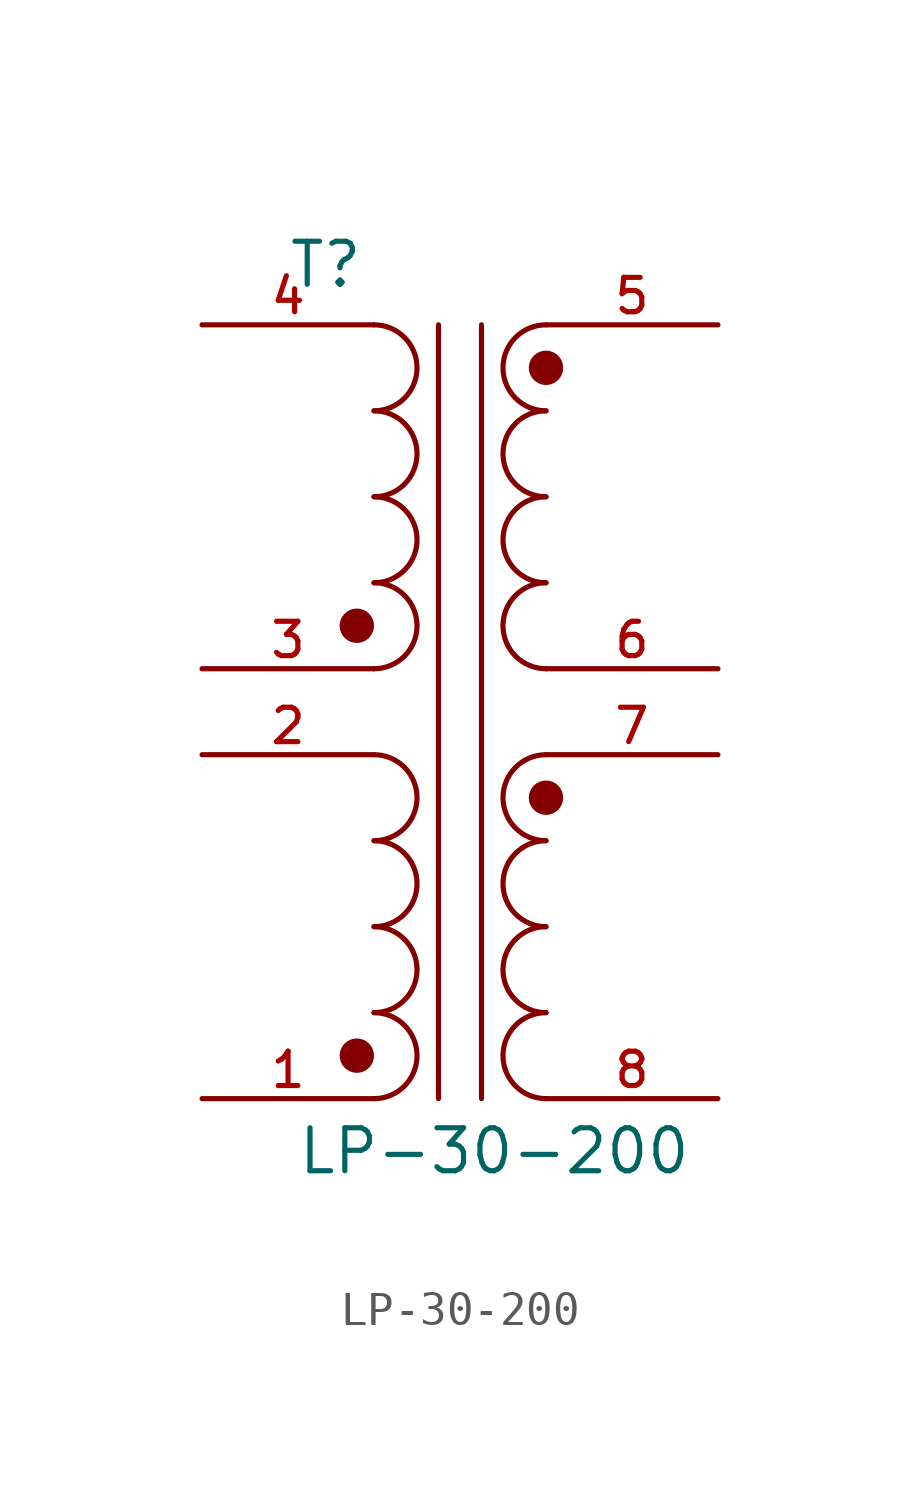
<source format=kicad_sym>
(kicad_symbol_lib
  (version 20211014)
  (generator kicad_symbol_editor)
  (symbol "LP-30-200"
    (pin_names
      (offset 1.016))
    (property "Reference" "T"
      (at -5.097 11.196 0)
      (effects (font (size 1.27 1.27)) (justify bottom left)))
    (property "Value" "LP-30-200"
      (at -4.833 -14.994 0)
      (effects (font (size 1.27 1.27)) (justify bottom left)))
    (symbol "LP-30-200_0_0"
      (arc (start -2.54 2.54) (mid -1.27 3.81) (end -2.54 5.08) (stroke (width 0.1524) (type default) (color 0 0 0 0)) (fill (type none)))
      (arc (start -2.54 -7.62) (mid -1.27 -6.35) (end -2.54 -5.08) (stroke (width 0.1524) (type default) (color 0 0 0 0)) (fill (type none)))
      (arc (start -2.54 -10.16) (mid -1.27 -8.89) (end -2.54 -7.62) (stroke (width 0.1524) (type default) (color 0 0 0 0)) (fill (type none)))
      (arc (start 2.54 -7.62) (mid 1.27 -8.89) (end 2.54 -10.16) (stroke (width 0.1524) (type default) (color 0 0 0 0)) (fill (type none)))
      (arc (start 2.54 -5.08) (mid 1.27 -6.35) (end 2.54 -7.62) (stroke (width 0.1524) (type default) (color 0 0 0 0)) (fill (type none)))
      (arc (start 2.54 5.08) (mid 1.27 3.81) (end 2.54 2.54) (stroke (width 0.1524) (type default) (color 0 0 0 0)) (fill (type none)))
      (arc (start -2.54 5.08) (mid -1.27 6.35) (end -2.54 7.62) (stroke (width 0.1524) (type default) (color 0 0 0 0)) (fill (type none)))
      (arc (start -2.54 7.62) (mid -1.27 8.89) (end -2.54 10.16) (stroke (width 0.1524) (type default) (color 0 0 0 0)) (fill (type none)))
      (arc (start 2.54 7.62) (mid 1.27 6.35) (end 2.54 5.08) (stroke (width 0.1524) (type default) (color 0 0 0 0)) (fill (type none)))
      (arc (start 2.54 10.16) (mid 1.27 8.89) (end 2.54 7.62) (stroke (width 0.1524) (type default) (color 0 0 0 0)) (fill (type none)))
      (polyline (pts (xy -0.635 10.16) (xy -0.635 -12.7)) (stroke (width 0.152)))
      (polyline (pts (xy 0.635 10.16) (xy 0.635 -12.7)) (stroke (width 0.152)))
      (circle (center -3.048 -11.43) (radius 0.254) (stroke (width 0.508)) (fill (type none)))
      (circle (center 2.54 8.89) (radius 0.254) (stroke (width 0.508)) (fill (type none)))
      (arc (start -2.54 -5.08) (mid -1.27 -3.81) (end -2.54 -2.54) (stroke (width 0.1524) (type default) (color 0 0 0 0)) (fill (type none)))
      (arc (start 2.54 -2.54) (mid 1.27 -3.81) (end 2.54 -5.08) (stroke (width 0.1524) (type default) (color 0 0 0 0)) (fill (type none)))
      (circle (center -3.048 1.27) (radius 0.254) (stroke (width 0.508)) (fill (type none)))
      (circle (center 2.54 -3.81) (radius 0.254) (stroke (width 0.508)) (fill (type none)))
      (arc (start -2.54 0.0) (mid -1.27 1.27) (end -2.54 2.54) (stroke (width 0.1524) (type default) (color 0 0 0 0)) (fill (type none)))
      (arc (start -2.54 -12.7) (mid -1.27 -11.43) (end -2.54 -10.16) (stroke (width 0.1524) (type default) (color 0 0 0 0)) (fill (type none)))
      (arc (start 2.54 2.54) (mid 1.27 1.27) (end 2.54 0.0) (stroke (width 0.1524) (type default) (color 0 0 0 0)) (fill (type none)))
      (arc (start 2.54 -10.16) (mid 1.27 -11.43) (end 2.54 -12.7) (stroke (width 0.1524) (type default) (color 0 0 0 0)) (fill (type none)))
      (pin passive line (at -7.62 10.16 0) (length 5.08) (name "~" (effects (font (size 1.016 1.016)))) (number "4" (effects (font (size 1.016 1.016)))))
      (pin passive line (at -7.62 0.0 0) (length 5.08) (name "~" (effects (font (size 1.016 1.016)))) (number "3" (effects (font (size 1.016 1.016)))))
      (pin passive line (at 7.62 10.16 180.0) (length 5.08) (name "~" (effects (font (size 1.016 1.016)))) (number "5" (effects (font (size 1.016 1.016)))))
      (pin passive line (at 7.62 0.0 180.0) (length 5.08) (name "~" (effects (font (size 1.016 1.016)))) (number "6" (effects (font (size 1.016 1.016)))))
      (pin passive line (at 7.62 -2.54 180.0) (length 5.08) (name "~" (effects (font (size 1.016 1.016)))) (number "7" (effects (font (size 1.016 1.016)))))
      (pin passive line (at 7.62 -12.7 180.0) (length 5.08) (name "~" (effects (font (size 1.016 1.016)))) (number "8" (effects (font (size 1.016 1.016)))))
      (pin passive line (at -7.62 -2.54 0) (length 5.08) (name "~" (effects (font (size 1.016 1.016)))) (number "2" (effects (font (size 1.016 1.016)))))
      (pin passive line (at -7.62 -12.7 0) (length 5.08) (name "~" (effects (font (size 1.016 1.016)))) (number "1" (effects (font (size 1.016 1.016))))))))
</source>
